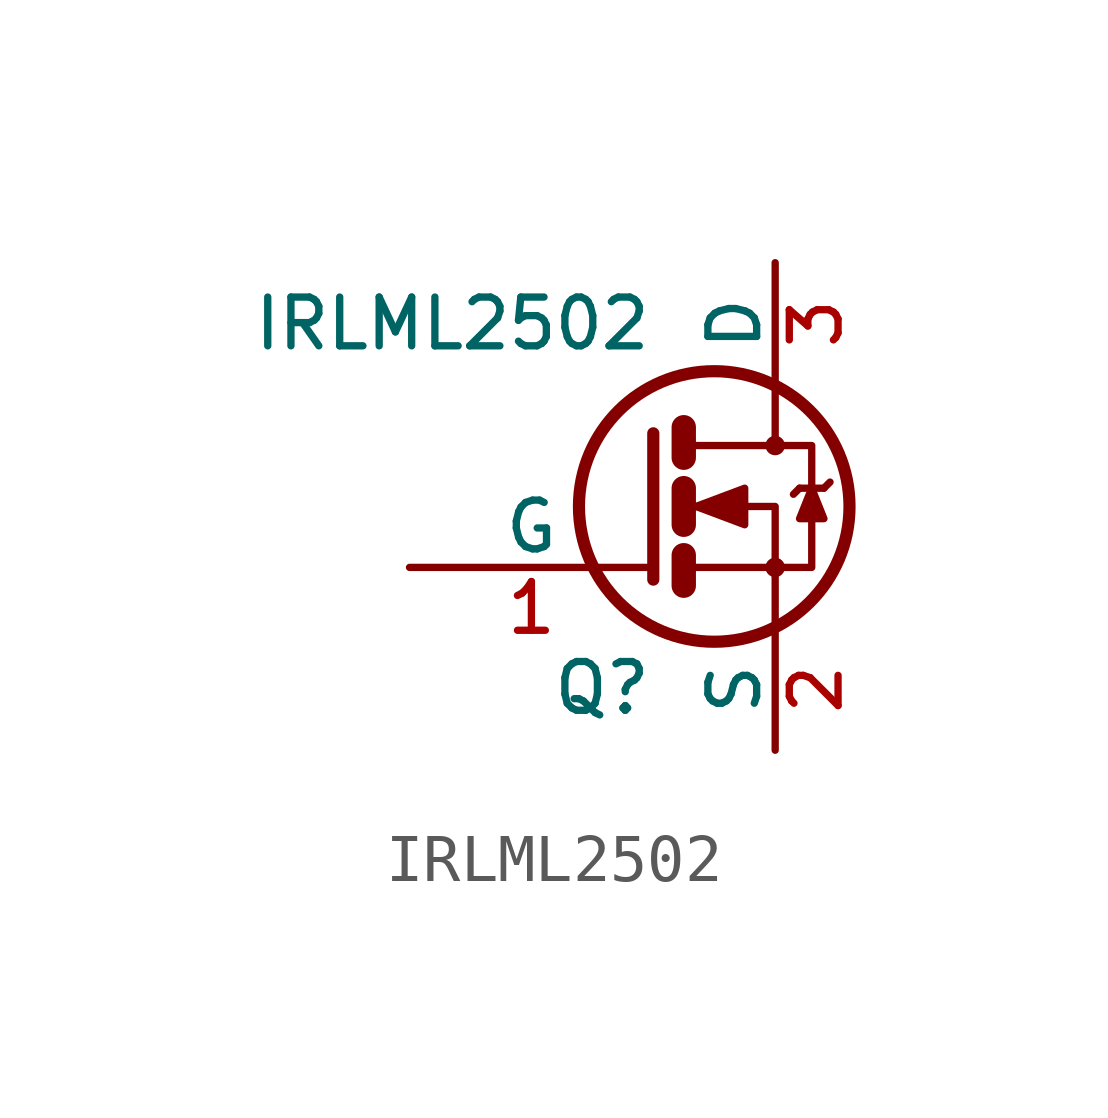
<source format=kicad_sym>
(kicad_symbol_lib
  (version 20211014)
  (generator kicad_symbol_editor)
  (symbol "IRLML2502"
    (pin_names
      (offset 0))
    (property "Reference" "Q"
      (at 0 -3.785 0)
      (effects (font (size 1.016 1.016)) (justify right)))
    (property "Value" "IRLML2502"
      (at 0 3.81 0)
      (effects (font (size 1.016 1.016)) (justify right)))
    (property "Datasheet" ""
      (at 0 0 0)
      (effects (font (size 1.524 1.524))))
    (symbol "IRLML2502_0_1"
      (polyline (pts (xy 0.635 -1.016) (xy 0.635 -1.651)) (stroke (width 0.508) (type default) (color 0 0 0 0)) (fill (type none)))
      (polyline (pts (xy 0.635 0.381) (xy 0.635 -0.381)) (stroke (width 0.508) (type default) (color 0 0 0 0)) (fill (type none)))
      (polyline (pts (xy 0.635 1.651) (xy 0.635 1.016)) (stroke (width 0.508) (type default) (color 0 0 0 0)) (fill (type none)))
      (polyline (pts (xy 3.048 0.381) (xy 2.921 0.254)) (stroke (width 0) (type default) (color 0 0 0 0)) (fill (type none)))
      (polyline (pts (xy 3.048 0.381) (xy 3.556 0.381)) (stroke (width 0) (type default) (color 0 0 0 0)) (fill (type none)))
      (polyline (pts (xy 3.556 0.381) (xy 3.683 0.508)) (stroke (width 0) (type default) (color 0 0 0 0)) (fill (type none)))
      (polyline (pts (xy 0 1.524) (xy 0 -1.524) (xy 0 -1.524)) (stroke (width 0.254) (type default) (color 0 0 0 0)) (fill (type none)))
      (polyline (pts (xy 0.762 -1.27) (xy 2.54 -1.27) (xy 2.54 -2.54) (xy 2.54 -2.54)) (stroke (width 0) (type default) (color 0 0 0 0)) (fill (type none)))
      (polyline (pts (xy 0.762 1.27) (xy 2.54 1.27) (xy 2.54 2.54) (xy 2.54 2.54)) (stroke (width 0) (type default) (color 0 0 0 0)) (fill (type none)))
      (polyline (pts (xy 2.54 1.27) (xy 3.302 1.27) (xy 3.302 -1.27) (xy 2.54 -1.27)) (stroke (width 0) (type default) (color 0 0 0 0)) (fill (type none)))
      (polyline (pts (xy 3.302 0.381) (xy 3.048 -0.254) (xy 3.556 -0.254) (xy 3.302 0.381)) (stroke (width 0) (type default) (color 0 0 0 0)) (fill (type outline)))
      (polyline (pts (xy 0.762 0) (xy 1.27 0) (xy 2.54 0) (xy 2.54 -1.27) (xy 2.54 -1.27)) (stroke (width 0) (type default) (color 0 0 0 0)) (fill (type none)))
      (polyline (pts (xy 0.889 0) (xy 1.905 0.381) (xy 1.905 -0.381) (xy 0.889 0) (xy 1.016 0) (xy 1.016 0)) (stroke (width 0) (type default) (color 0 0 0 0)) (fill (type outline)))
      (circle (center 1.27 0) (radius 2.819) (stroke (width 0.254) (type default) (color 0 0 0 0)) (fill (type none)))
      (circle (center 2.54 -1.27) (radius 0.127) (stroke (width 0) (type default) (color 0 0 0 0)) (fill (type none)))
      (circle (center 2.54 1.27) (radius 0.127) (stroke (width 0) (type default) (color 0 0 0 0)) (fill (type none))))
    (symbol "IRLML2502_1_1"
      (pin input line (at -5.08 -1.27 0) (length 5.08) (name "G" (effects (font (size 1.016 1.016)))) (number "1" (effects (font (size 1.016 1.016)))))
      (pin passive line (at 2.54 -5.08 90) (length 2.54) (name "S" (effects (font (size 1.016 1.016)))) (number "2" (effects (font (size 1.016 1.016)))))
      (pin passive line (at 2.54 5.08 270) (length 2.54) (name "D" (effects (font (size 1.016 1.016)))) (number "3" (effects (font (size 1.016 1.016))))))))
</source>
